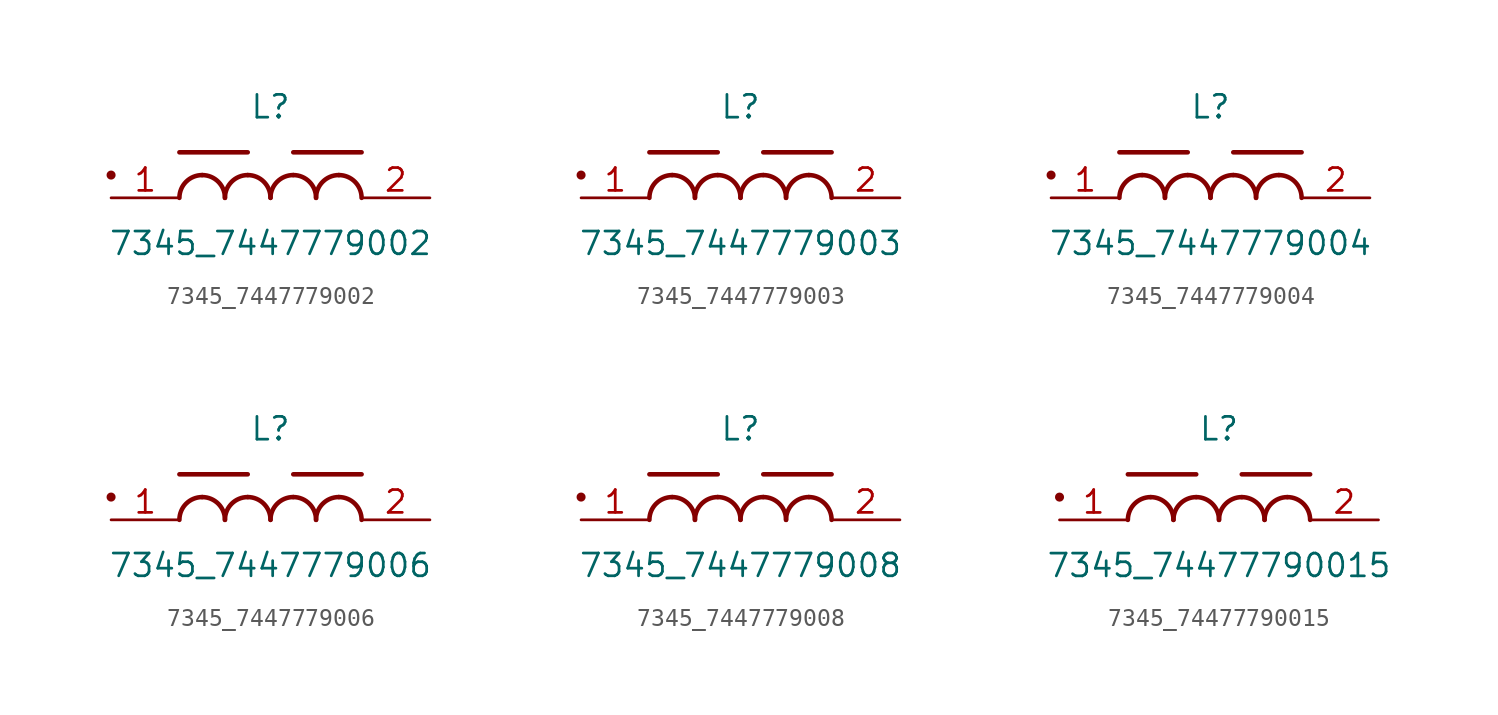
<source format=kicad_sym>
(kicad_symbol_lib
  (version 20211014)
  (generator kicad_symbol_editor)
  (symbol "Inductor_Wurth_WE-PD:7345_7447779002"
    (pin_names hide)
    (property "Reference" "L"
      (at 0 5.08 0)
      (effects (font (size 1.27 1.27))))
    (property "Value" "7345_7447779002"
      (at 0 -2.54 0)
      (effects (font (size 1.27 1.27))))
    (symbol "7345_7447779002_0_1"
      (circle (center -8.89 1.27) (radius 0.0001) (stroke (width 0.254)) (stroke (width 0.254) (type default) (color 0 0 0 0)) (fill (type none)))
      (arc (start -3.81 1.27) (mid -4.708 0.898) (end -5.08 0) (stroke (width 0.254) (type default) (color 0 0 0 0)) (fill (type none)))
      (arc (start -2.54 0) (mid -2.912 0.898) (end -3.81 1.27) (stroke (width 0.254) (type default) (color 0 0 0 0)) (fill (type none)))
      (arc (start -1.2699 1.2701) (mid -2.1679 0.8981) (end -2.5399 0.0001) (stroke (width 0.254) (type default) (color 0 0 0 0)) (fill (type none)))
      (polyline (pts (xy -5.08 2.54) (xy -1.27 2.54)) (stroke (width 0.254) (type default) (color 0 0 0 0)) (fill (type none)))
      (polyline (pts (xy 5.08 2.54) (xy 1.27 2.54)) (stroke (width 0.254) (type default) (color 0 0 0 0)) (fill (type none)))
      (arc (start 0.0001 0.0001) (mid -0.3719 0.8981) (end -1.2699 1.2701) (stroke (width 0.254) (type default) (color 0 0 0 0)) (fill (type none)))
      (arc (start 1.2701 1.2701) (mid 0.3721 0.8981) (end 0.0001 0.0001) (stroke (width 0.254) (type default) (color 0 0 0 0)) (fill (type none)))
      (arc (start 2.5401 0.0001) (mid 2.1681 0.8981) (end 1.2701 1.2701) (stroke (width 0.254) (type default) (color 0 0 0 0)) (fill (type none)))
      (arc (start 3.8101 1.2701) (mid 2.9121 0.8981) (end 2.5401 0.0001) (stroke (width 0.254) (type default) (color 0 0 0 0)) (fill (type none)))
      (arc (start 5.0801 0.0001) (mid 4.7081 0.8981) (end 3.8101 1.2701) (stroke (width 0.254) (type default) (color 0 0 0 0)) (fill (type none))))
    (symbol "7345_7447779002_1_1"
      (pin passive line (at -8.89 0 0) (length 3.81) (name "1" (effects (font (size 1.27 1.27)))) (number "1" (effects (font (size 1.27 1.27)))))
      (pin passive line (at 8.89 0 180) (length 3.81) (name "2" (effects (font (size 1.27 1.27)))) (number "2" (effects (font (size 1.27 1.27)))))))
  (symbol "Inductor_Wurth_WE-PD:7345_7447779003"
    (pin_names hide)
    (property "Reference" "L"
      (at 0 5.08 0)
      (effects (font (size 1.27 1.27))))
    (property "Value" "7345_7447779003"
      (at 0 -2.54 0)
      (effects (font (size 1.27 1.27))))
    (symbol "7345_7447779003_0_1"
      (circle (center -8.89 1.27) (radius 0.0001) (stroke (width 0.254)) (stroke (width 0.254) (type default) (color 0 0 0 0)) (fill (type none)))
      (arc (start -3.81 1.27) (mid -4.708 0.898) (end -5.08 0) (stroke (width 0.254) (type default) (color 0 0 0 0)) (fill (type none)))
      (arc (start -2.54 0) (mid -2.912 0.898) (end -3.81 1.27) (stroke (width 0.254) (type default) (color 0 0 0 0)) (fill (type none)))
      (arc (start -1.2699 1.2701) (mid -2.1679 0.8981) (end -2.5399 0.0001) (stroke (width 0.254) (type default) (color 0 0 0 0)) (fill (type none)))
      (polyline (pts (xy -5.08 2.54) (xy -1.27 2.54)) (stroke (width 0.254) (type default) (color 0 0 0 0)) (fill (type none)))
      (polyline (pts (xy 5.08 2.54) (xy 1.27 2.54)) (stroke (width 0.254) (type default) (color 0 0 0 0)) (fill (type none)))
      (arc (start 0.0001 0.0001) (mid -0.3719 0.8981) (end -1.2699 1.2701) (stroke (width 0.254) (type default) (color 0 0 0 0)) (fill (type none)))
      (arc (start 1.2701 1.2701) (mid 0.3721 0.8981) (end 0.0001 0.0001) (stroke (width 0.254) (type default) (color 0 0 0 0)) (fill (type none)))
      (arc (start 2.5401 0.0001) (mid 2.1681 0.8981) (end 1.2701 1.2701) (stroke (width 0.254) (type default) (color 0 0 0 0)) (fill (type none)))
      (arc (start 3.8101 1.2701) (mid 2.9121 0.8981) (end 2.5401 0.0001) (stroke (width 0.254) (type default) (color 0 0 0 0)) (fill (type none)))
      (arc (start 5.0801 0.0001) (mid 4.7081 0.8981) (end 3.8101 1.2701) (stroke (width 0.254) (type default) (color 0 0 0 0)) (fill (type none))))
    (symbol "7345_7447779003_1_1"
      (pin passive line (at -8.89 0 0) (length 3.81) (name "1" (effects (font (size 1.27 1.27)))) (number "1" (effects (font (size 1.27 1.27)))))
      (pin passive line (at 8.89 0 180) (length 3.81) (name "2" (effects (font (size 1.27 1.27)))) (number "2" (effects (font (size 1.27 1.27)))))))
  (symbol "Inductor_Wurth_WE-PD:7345_7447779004"
    (pin_names hide)
    (property "Reference" "L"
      (at 0 5.08 0)
      (effects (font (size 1.27 1.27))))
    (property "Value" "7345_7447779004"
      (at 0 -2.54 0)
      (effects (font (size 1.27 1.27))))
    (symbol "7345_7447779004_0_1"
      (circle (center -8.89 1.27) (radius 0.0001) (stroke (width 0.254)) (stroke (width 0.254) (type default) (color 0 0 0 0)) (fill (type none)))
      (arc (start -3.81 1.27) (mid -4.708 0.898) (end -5.08 0) (stroke (width 0.254) (type default) (color 0 0 0 0)) (fill (type none)))
      (arc (start -2.54 0) (mid -2.912 0.898) (end -3.81 1.27) (stroke (width 0.254) (type default) (color 0 0 0 0)) (fill (type none)))
      (arc (start -1.2699 1.2701) (mid -2.1679 0.8981) (end -2.5399 0.0001) (stroke (width 0.254) (type default) (color 0 0 0 0)) (fill (type none)))
      (polyline (pts (xy -5.08 2.54) (xy -1.27 2.54)) (stroke (width 0.254) (type default) (color 0 0 0 0)) (fill (type none)))
      (polyline (pts (xy 5.08 2.54) (xy 1.27 2.54)) (stroke (width 0.254) (type default) (color 0 0 0 0)) (fill (type none)))
      (arc (start 0.0001 0.0001) (mid -0.3719 0.8981) (end -1.2699 1.2701) (stroke (width 0.254) (type default) (color 0 0 0 0)) (fill (type none)))
      (arc (start 1.2701 1.2701) (mid 0.3721 0.8981) (end 0.0001 0.0001) (stroke (width 0.254) (type default) (color 0 0 0 0)) (fill (type none)))
      (arc (start 2.5401 0.0001) (mid 2.1681 0.8981) (end 1.2701 1.2701) (stroke (width 0.254) (type default) (color 0 0 0 0)) (fill (type none)))
      (arc (start 3.8101 1.2701) (mid 2.9121 0.8981) (end 2.5401 0.0001) (stroke (width 0.254) (type default) (color 0 0 0 0)) (fill (type none)))
      (arc (start 5.0801 0.0001) (mid 4.7081 0.8981) (end 3.8101 1.2701) (stroke (width 0.254) (type default) (color 0 0 0 0)) (fill (type none))))
    (symbol "7345_7447779004_1_1"
      (pin passive line (at -8.89 0 0) (length 3.81) (name "1" (effects (font (size 1.27 1.27)))) (number "1" (effects (font (size 1.27 1.27)))))
      (pin passive line (at 8.89 0 180) (length 3.81) (name "2" (effects (font (size 1.27 1.27)))) (number "2" (effects (font (size 1.27 1.27)))))))
  (symbol "Inductor_Wurth_WE-PD:7345_7447779006"
    (pin_names hide)
    (property "Reference" "L"
      (at 0 5.08 0)
      (effects (font (size 1.27 1.27))))
    (property "Value" "7345_7447779006"
      (at 0 -2.54 0)
      (effects (font (size 1.27 1.27))))
    (symbol "7345_7447779006_0_1"
      (circle (center -8.89 1.27) (radius 0.0001) (stroke (width 0.254)) (stroke (width 0.254) (type default) (color 0 0 0 0)) (fill (type none)))
      (arc (start -3.81 1.27) (mid -4.708 0.898) (end -5.08 0) (stroke (width 0.254) (type default) (color 0 0 0 0)) (fill (type none)))
      (arc (start -2.54 0) (mid -2.912 0.898) (end -3.81 1.27) (stroke (width 0.254) (type default) (color 0 0 0 0)) (fill (type none)))
      (arc (start -1.2699 1.2701) (mid -2.1679 0.8981) (end -2.5399 0.0001) (stroke (width 0.254) (type default) (color 0 0 0 0)) (fill (type none)))
      (polyline (pts (xy -5.08 2.54) (xy -1.27 2.54)) (stroke (width 0.254) (type default) (color 0 0 0 0)) (fill (type none)))
      (polyline (pts (xy 5.08 2.54) (xy 1.27 2.54)) (stroke (width 0.254) (type default) (color 0 0 0 0)) (fill (type none)))
      (arc (start 0.0001 0.0001) (mid -0.3719 0.8981) (end -1.2699 1.2701) (stroke (width 0.254) (type default) (color 0 0 0 0)) (fill (type none)))
      (arc (start 1.2701 1.2701) (mid 0.3721 0.8981) (end 0.0001 0.0001) (stroke (width 0.254) (type default) (color 0 0 0 0)) (fill (type none)))
      (arc (start 2.5401 0.0001) (mid 2.1681 0.8981) (end 1.2701 1.2701) (stroke (width 0.254) (type default) (color 0 0 0 0)) (fill (type none)))
      (arc (start 3.8101 1.2701) (mid 2.9121 0.8981) (end 2.5401 0.0001) (stroke (width 0.254) (type default) (color 0 0 0 0)) (fill (type none)))
      (arc (start 5.0801 0.0001) (mid 4.7081 0.8981) (end 3.8101 1.2701) (stroke (width 0.254) (type default) (color 0 0 0 0)) (fill (type none))))
    (symbol "7345_7447779006_1_1"
      (pin passive line (at -8.89 0 0) (length 3.81) (name "1" (effects (font (size 1.27 1.27)))) (number "1" (effects (font (size 1.27 1.27)))))
      (pin passive line (at 8.89 0 180) (length 3.81) (name "2" (effects (font (size 1.27 1.27)))) (number "2" (effects (font (size 1.27 1.27)))))))
  (symbol "Inductor_Wurth_WE-PD:7345_7447779008"
    (pin_names hide)
    (property "Reference" "L"
      (at 0 5.08 0)
      (effects (font (size 1.27 1.27))))
    (property "Value" "7345_7447779008"
      (at 0 -2.54 0)
      (effects (font (size 1.27 1.27))))
    (symbol "7345_7447779008_0_1"
      (circle (center -8.89 1.27) (radius 0.0001) (stroke (width 0.254)) (stroke (width 0.254) (type default) (color 0 0 0 0)) (fill (type none)))
      (arc (start -3.81 1.27) (mid -4.708 0.898) (end -5.08 0) (stroke (width 0.254) (type default) (color 0 0 0 0)) (fill (type none)))
      (arc (start -2.54 0) (mid -2.912 0.898) (end -3.81 1.27) (stroke (width 0.254) (type default) (color 0 0 0 0)) (fill (type none)))
      (arc (start -1.2699 1.2701) (mid -2.1679 0.8981) (end -2.5399 0.0001) (stroke (width 0.254) (type default) (color 0 0 0 0)) (fill (type none)))
      (polyline (pts (xy -5.08 2.54) (xy -1.27 2.54)) (stroke (width 0.254) (type default) (color 0 0 0 0)) (fill (type none)))
      (polyline (pts (xy 5.08 2.54) (xy 1.27 2.54)) (stroke (width 0.254) (type default) (color 0 0 0 0)) (fill (type none)))
      (arc (start 0.0001 0.0001) (mid -0.3719 0.8981) (end -1.2699 1.2701) (stroke (width 0.254) (type default) (color 0 0 0 0)) (fill (type none)))
      (arc (start 1.2701 1.2701) (mid 0.3721 0.8981) (end 0.0001 0.0001) (stroke (width 0.254) (type default) (color 0 0 0 0)) (fill (type none)))
      (arc (start 2.5401 0.0001) (mid 2.1681 0.8981) (end 1.2701 1.2701) (stroke (width 0.254) (type default) (color 0 0 0 0)) (fill (type none)))
      (arc (start 3.8101 1.2701) (mid 2.9121 0.8981) (end 2.5401 0.0001) (stroke (width 0.254) (type default) (color 0 0 0 0)) (fill (type none)))
      (arc (start 5.0801 0.0001) (mid 4.7081 0.8981) (end 3.8101 1.2701) (stroke (width 0.254) (type default) (color 0 0 0 0)) (fill (type none))))
    (symbol "7345_7447779008_1_1"
      (pin passive line (at -8.89 0 0) (length 3.81) (name "1" (effects (font (size 1.27 1.27)))) (number "1" (effects (font (size 1.27 1.27)))))
      (pin passive line (at 8.89 0 180) (length 3.81) (name "2" (effects (font (size 1.27 1.27)))) (number "2" (effects (font (size 1.27 1.27)))))))
  (symbol "Inductor_Wurth_WE-PD:7345_74477790015"
    (pin_names hide)
    (property "Reference" "L"
      (at 0 5.08 0)
      (effects (font (size 1.27 1.27))))
    (property "Value" "7345_74477790015"
      (at 0 -2.54 0)
      (effects (font (size 1.27 1.27))))
    (symbol "7345_74477790015_0_1"
      (circle (center -8.89 1.27) (radius 0.0001) (stroke (width 0.254)) (stroke (width 0.254) (type default) (color 0 0 0 0)) (fill (type none)))
      (arc (start -3.81 1.27) (mid -4.708 0.898) (end -5.08 0) (stroke (width 0.254) (type default) (color 0 0 0 0)) (fill (type none)))
      (arc (start -2.54 0) (mid -2.912 0.898) (end -3.81 1.27) (stroke (width 0.254) (type default) (color 0 0 0 0)) (fill (type none)))
      (arc (start -1.2699 1.2701) (mid -2.1679 0.8981) (end -2.5399 0.0001) (stroke (width 0.254) (type default) (color 0 0 0 0)) (fill (type none)))
      (polyline (pts (xy -5.08 2.54) (xy -1.27 2.54)) (stroke (width 0.254) (type default) (color 0 0 0 0)) (fill (type none)))
      (polyline (pts (xy 5.08 2.54) (xy 1.27 2.54)) (stroke (width 0.254) (type default) (color 0 0 0 0)) (fill (type none)))
      (arc (start 0.0001 0.0001) (mid -0.3719 0.8981) (end -1.2699 1.2701) (stroke (width 0.254) (type default) (color 0 0 0 0)) (fill (type none)))
      (arc (start 1.2701 1.2701) (mid 0.3721 0.8981) (end 0.0001 0.0001) (stroke (width 0.254) (type default) (color 0 0 0 0)) (fill (type none)))
      (arc (start 2.5401 0.0001) (mid 2.1681 0.8981) (end 1.2701 1.2701) (stroke (width 0.254) (type default) (color 0 0 0 0)) (fill (type none)))
      (arc (start 3.8101 1.2701) (mid 2.9121 0.8981) (end 2.5401 0.0001) (stroke (width 0.254) (type default) (color 0 0 0 0)) (fill (type none)))
      (arc (start 5.0801 0.0001) (mid 4.7081 0.8981) (end 3.8101 1.2701) (stroke (width 0.254) (type default) (color 0 0 0 0)) (fill (type none))))
    (symbol "7345_74477790015_1_1"
      (pin passive line (at -8.89 0 0) (length 3.81) (name "1" (effects (font (size 1.27 1.27)))) (number "1" (effects (font (size 1.27 1.27)))))
      (pin passive line (at 8.89 0 180) (length 3.81) (name "2" (effects (font (size 1.27 1.27)))) (number "2" (effects (font (size 1.27 1.27))))))))
</source>
